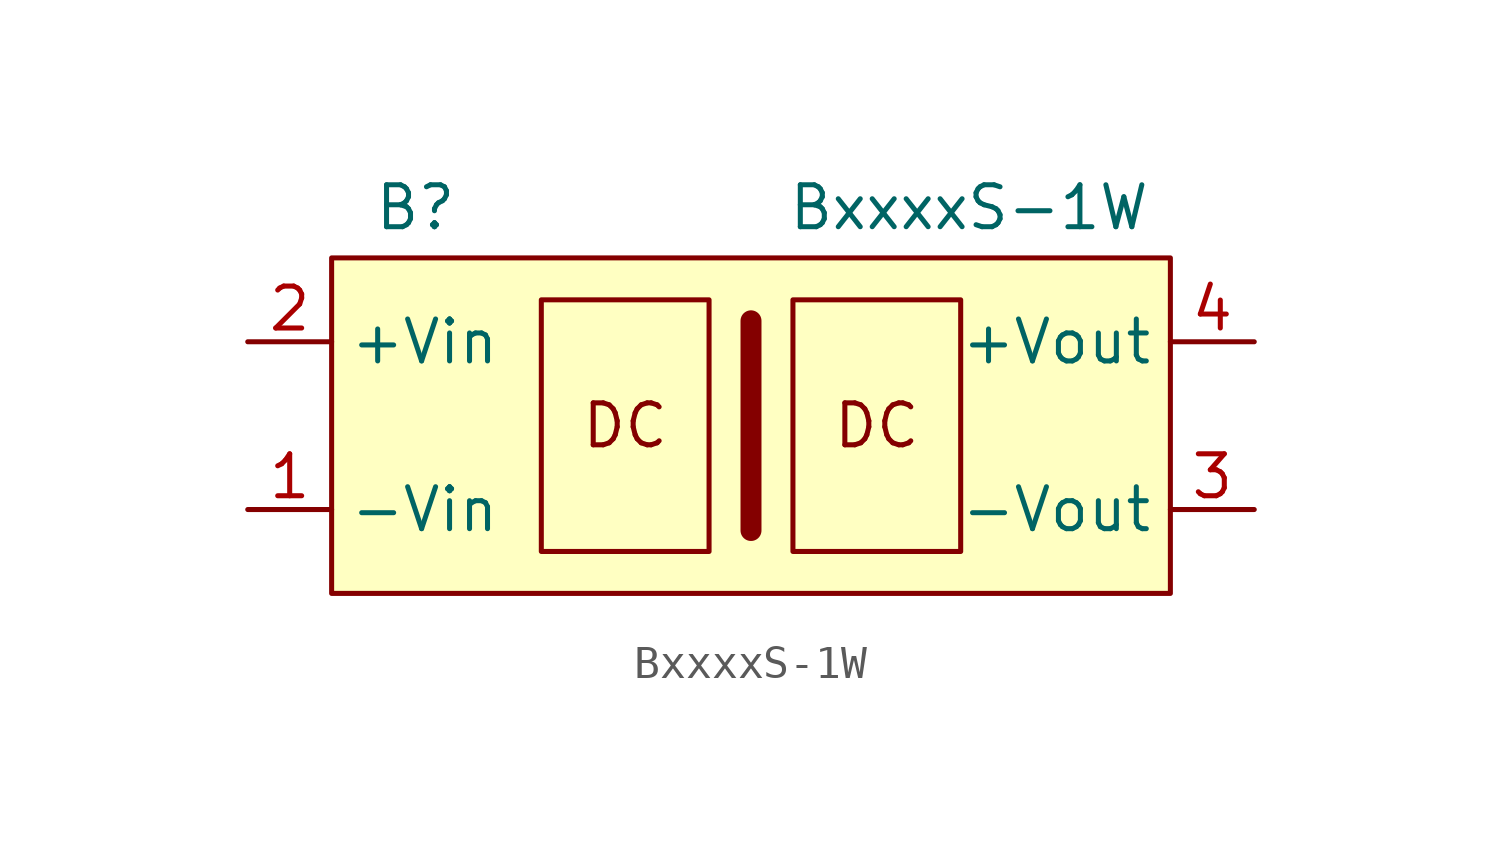
<source format=kicad_sym>
(kicad_symbol_lib
  (version 20241209)
  (generator "kicad_symbol_editor")
  (generator_version "9.0")
  (symbol "BxxxxS-1W"
    (property "Reference" "B"
      (at -10.16 6.604 0)
      (effects (font (size 1.27 1.27))))
    (property "Value" "BxxxxS-1W"
      (at 6.604 6.604 0)
      (effects (font (size 1.27 1.27))))
    (symbol "BxxxxS-1W_1_1"
      (rectangle (start -12.7 5.08) (end 12.7 -5.08) (stroke (width 0) (type solid)) (fill (type background)))
      (rectangle (start -6.35 3.81) (end -1.27 -3.81) (stroke (width 0) (type default)) (fill (type none)))
      (polyline (pts (xy 0 -3.175) (xy 0 3.175)) (stroke (width 0.635) (type solid)) (fill (type none)))
      (rectangle (start 1.27 3.81) (end 6.35 -3.81) (stroke (width 0) (type default)) (fill (type none)))
      (text "DC" (at -3.81 0 0) (effects (font (size 1.27 1.27))))
      (text "DC" (at 3.81 0 0) (effects (font (size 1.27 1.27))))
      (pin power_in line (at -15.24 2.54 0) (length 2.54) (name "+Vin" (effects (font (size 1.27 1.27)))) (number "2" (effects (font (size 1.27 1.27)))))
      (pin power_in line (at -15.24 -2.54 0) (length 2.54) (name "-Vin" (effects (font (size 1.27 1.27)))) (number "1" (effects (font (size 1.27 1.27)))))
      (pin power_out line (at 15.24 2.54 180) (length 2.54) (name "+Vout" (effects (font (size 1.27 1.27)))) (number "4" (effects (font (size 1.27 1.27)))))
      (pin power_out line (at 15.24 -2.54 180) (length 2.54) (name "-Vout" (effects (font (size 1.27 1.27)))) (number "3" (effects (font (size 1.27 1.27))))))))
</source>
